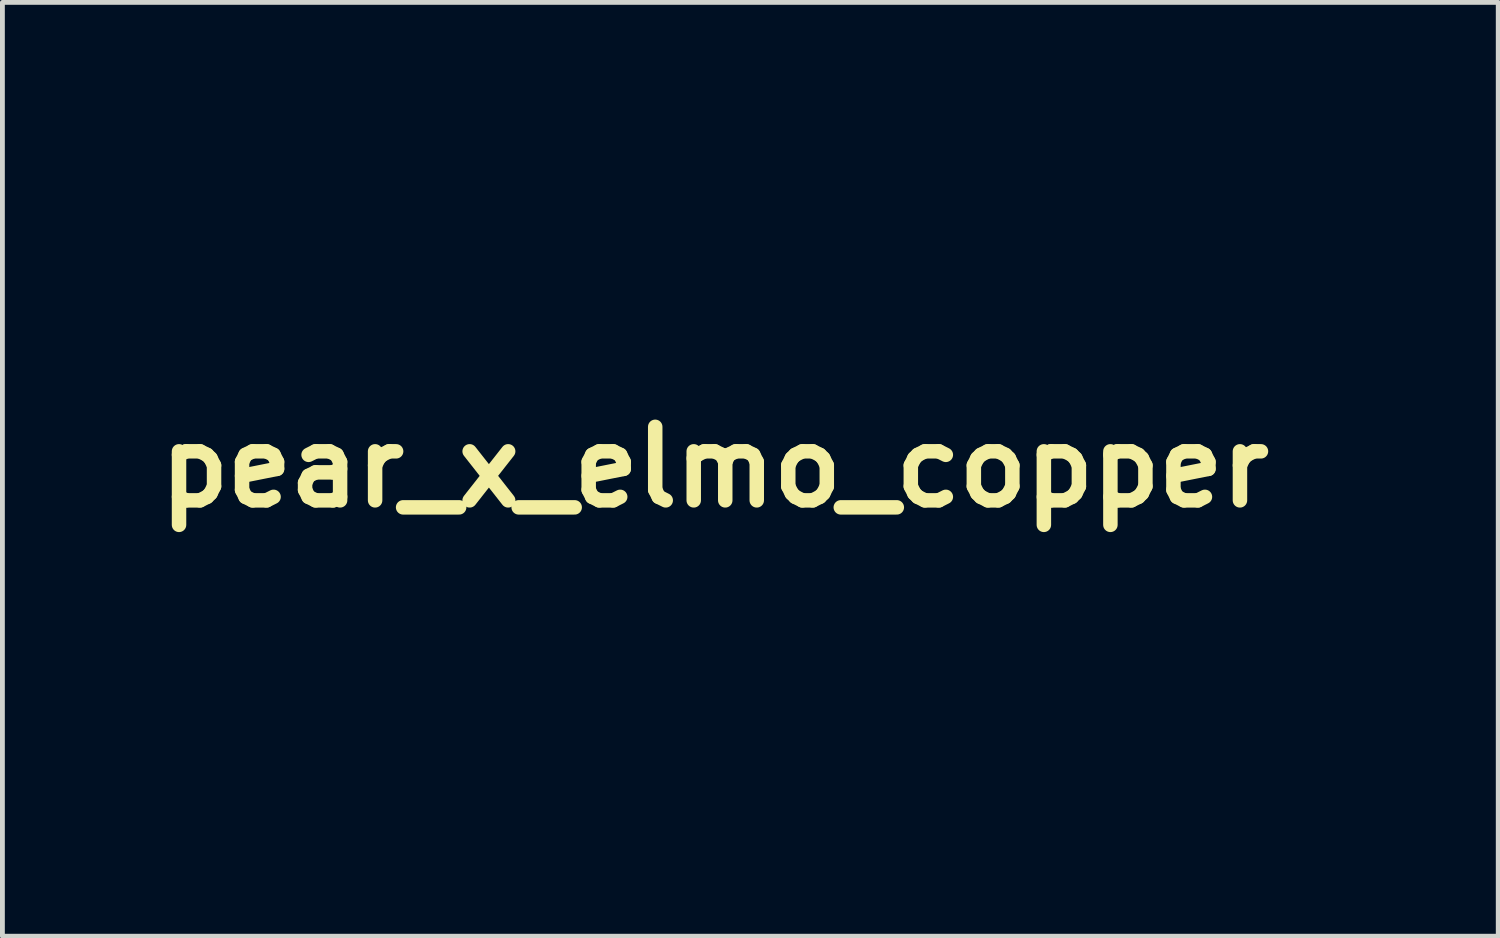
<source format=kicad_pcb>
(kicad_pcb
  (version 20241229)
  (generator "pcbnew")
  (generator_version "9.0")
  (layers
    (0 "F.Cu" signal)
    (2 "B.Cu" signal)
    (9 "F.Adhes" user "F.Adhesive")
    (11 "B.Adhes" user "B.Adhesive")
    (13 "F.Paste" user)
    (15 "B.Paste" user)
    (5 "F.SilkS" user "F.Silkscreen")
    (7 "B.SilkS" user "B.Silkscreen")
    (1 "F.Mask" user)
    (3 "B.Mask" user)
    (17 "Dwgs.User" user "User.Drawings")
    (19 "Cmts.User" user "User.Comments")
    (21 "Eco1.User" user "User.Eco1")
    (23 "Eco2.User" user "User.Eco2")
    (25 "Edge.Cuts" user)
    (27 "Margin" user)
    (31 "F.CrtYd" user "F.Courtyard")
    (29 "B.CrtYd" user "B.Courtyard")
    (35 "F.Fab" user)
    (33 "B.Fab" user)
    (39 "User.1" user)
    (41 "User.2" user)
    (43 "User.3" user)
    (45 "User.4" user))
  (footprint "pear_x_elmo_copper"
    (layer "F.Cu")
    (at 11.764 6.631)
    (property "Reference" "pear_x_elmo_copper" (at 0 0 0) (layer "F.SilkS") (effects (font (size 1.524 1.524) (thickness 0.3))))
    (attr through_hole)
    (fp_poly (pts (xy 5.75 -2.285) (xy 5.968 -2.157) (xy 6.103 -1.964) (xy 6.154 -1.737) (xy 6.121 -1.507) (xy 6.004 -1.305) (xy 5.803 -1.162) (xy 5.765 -1.148) (xy 5.613 -1.098) (xy 5.512 -1.09) (xy 5.397 -1.127) (xy 5.301 -1.168) (xy 5.111 -1.313) (xy 4.986 -1.531) (xy 4.953 -1.714) (xy 5.01 -1.963) (xy 5.16 -2.16) (xy 5.375 -2.283) (xy 5.624 -2.312) (xy 5.75 -2.285)) (stroke (width 0.01) (type solid)) (fill yes) (layer "F.Mask"))
    (fp_poly (pts (xy 7.868 -3.222) (xy 8.087 -3.047) (xy 8.095 -3.038) (xy 8.227 -2.8) (xy 8.239 -2.56) (xy 8.136 -2.338) (xy 7.922 -2.154) (xy 7.873 -2.127) (xy 7.728 -2.058) (xy 7.621 -2.042) (xy 7.492 -2.08) (xy 7.387 -2.125) (xy 7.177 -2.268) (xy 7.069 -2.479) (xy 7.048 -2.667) (xy 7.091 -2.929) (xy 7.23 -3.118) (xy 7.373 -3.21) (xy 7.625 -3.278) (xy 7.868 -3.222)) (stroke (width 0.01) (type solid)) (fill yes) (layer "F.Mask"))
    (fp_poly (pts (xy -4.668 -6.541) (xy -4.641 -6.354) (xy -4.636 -6.155) (xy -4.69 -5.66) (xy -4.842 -5.162) (xy -5.079 -4.683) (xy -5.385 -4.249) (xy -5.744 -3.881) (xy -6.141 -3.603) (xy -6.366 -3.499) (xy -6.492 -3.464) (xy -6.552 -3.508) (xy -6.58 -3.597) (xy -6.61 -3.892) (xy -6.58 -4.256) (xy -6.497 -4.646) (xy -6.367 -5.024) (xy -6.322 -5.125) (xy -6.117 -5.482) (xy -5.853 -5.836) (xy -5.556 -6.156) (xy -5.255 -6.412) (xy -5.033 -6.548) (xy -4.85 -6.623) (xy -4.733 -6.626) (xy -4.668 -6.541)) (stroke (width 0.01) (type solid)) (fill yes) (layer "F.Mask"))
    (fp_poly (pts (xy -7.056 -2.95) (xy -6.863 -2.92) (xy -6.631 -2.908) (xy -6.329 -2.913) (xy -5.99 -2.932) (xy -5.683 -2.91) (xy -5.433 -2.796) (xy -5.231 -2.584) (xy -5.074 -2.264) (xy -4.953 -1.831) (xy -4.921 -1.669) (xy -4.759 -0.95) (xy -4.544 -0.331) (xy -4.271 0.203) (xy -4.081 0.485) (xy -3.933 0.684) (xy -4.187 0.886) (xy -4.406 1.115) (xy -4.611 1.436) (xy -4.649 1.51) (xy -4.76 1.751) (xy -4.823 1.951) (xy -4.851 2.165) (xy -4.858 2.443) (xy -4.85 2.736) (xy -4.819 2.955) (xy -4.754 3.154) (xy -4.682 3.31) (xy -4.459 3.662) (xy -4.166 3.978) (xy -3.837 4.224) (xy -3.586 4.345) (xy -3.382 4.418) (xy -3.214 4.478) (xy -3.156 4.5) (xy -3.104 4.53) (xy -3.092 4.587) (xy -3.125 4.694) (xy -3.209 4.876) (xy -3.274 5.007) (xy -3.54 5.448) (xy -3.869 5.856) (xy -4.236 6.2) (xy -4.611 6.452) (xy -4.658 6.476) (xy -5.042 6.636) (xy -5.376 6.707) (xy -5.697 6.692) (xy -5.999 6.61) (xy -6.272 6.524) (xy -6.491 6.488) (xy -6.707 6.501) (xy -6.968 6.564) (xy -7.102 6.605) (xy -7.377 6.684) (xy -7.585 6.718) (xy -7.775 6.707) (xy -7.999 6.654) (xy -8.088 6.627) (xy -8.573 6.414) (xy -9.009 6.098) (xy -9.391 5.695) (xy -9.713 5.222) (xy -9.967 4.695) (xy -10.148 4.131) (xy -10.249 3.547) (xy -10.264 2.958) (xy -10.187 2.382) (xy -10.01 1.836) (xy -9.968 1.743) (xy -9.843 1.525) (xy -9.66 1.259) (xy -9.448 0.987) (xy -9.335 0.854) (xy -9.091 0.565) (xy -8.888 0.286) (xy -8.717 -0.004) (xy -8.568 -0.327) (xy -8.433 -0.703) (xy -8.303 -1.153) (xy -8.168 -1.698) (xy -8.101 -1.988) (xy -8.033 -2.238) (xy -7.949 -2.462) (xy -7.877 -2.6) (xy -7.664 -2.807) (xy -7.397 -2.933) (xy -7.117 -2.959) (xy -7.056 -2.95)) (stroke (width 0.01) (type solid)) (fill yes) (layer "F.Mask"))
    (fp_poly (pts (xy -0.66 -1.004) (xy -0.561 -0.954) (xy -0.458 -0.849) (xy -0.332 -0.67) (xy -0.164 -0.397) (xy -0.039 -0.203) (xy 0.071 -0.062) (xy 0.143 -0.001) (xy 0.147 -0.001) (xy 0.214 -0.052) (xy 0.319 -0.187) (xy 0.438 -0.377) (xy 0.444 -0.386) (xy 0.573 -0.6) (xy 0.696 -0.784) (xy 0.779 -0.893) (xy 0.95 -0.999) (xy 1.139 -1.007) (xy 1.311 -0.93) (xy 1.429 -0.784) (xy 1.46 -0.636) (xy 1.43 -0.525) (xy 1.349 -0.331) (xy 1.228 -0.082) (xy 1.08 0.194) (xy 1.079 0.196) (xy 0.933 0.467) (xy 0.812 0.704) (xy 0.73 0.882) (xy 0.699 0.976) (xy 0.699 0.977) (xy 0.728 1.068) (xy 0.809 1.245) (xy 0.928 1.481) (xy 1.074 1.751) (xy 1.079 1.76) (xy 1.227 2.037) (xy 1.348 2.285) (xy 1.43 2.477) (xy 1.46 2.587) (xy 1.46 2.588) (xy 1.405 2.762) (xy 1.268 2.908) (xy 1.093 2.982) (xy 1.059 2.985) (xy 0.932 2.954) (xy 0.801 2.852) (xy 0.655 2.666) (xy 0.481 2.379) (xy 0.42 2.27) (xy 0.301 2.067) (xy 0.2 1.915) (xy 0.136 1.844) (xy 0.129 1.841) (xy 0.077 1.894) (xy -0.018 2.034) (xy -0.14 2.238) (xy -0.217 2.374) (xy -0.353 2.61) (xy -0.478 2.801) (xy -0.575 2.92) (xy -0.608 2.946) (xy -0.823 2.98) (xy -1.007 2.895) (xy -1.068 2.838) (xy -1.167 2.701) (xy -1.206 2.584) (xy -1.177 2.491) (xy -1.095 2.312) (xy -0.974 2.071) (xy -0.824 1.793) (xy -0.794 1.739) (xy -0.641 1.465) (xy -0.514 1.233) (xy -0.424 1.064) (xy -0.383 0.979) (xy -0.381 0.974) (xy -0.41 0.911) (xy -0.49 0.759) (xy -0.608 0.538) (xy -0.755 0.27) (xy -0.794 0.2) (xy -0.947 -0.085) (xy -1.074 -0.336) (xy -1.164 -0.53) (xy -1.205 -0.643) (xy -1.206 -0.654) (xy -1.151 -0.806) (xy -1.012 -0.936) (xy -0.834 -1.01) (xy -0.772 -1.016) (xy -0.66 -1.004)) (stroke (width 0.01) (type solid)) (fill yes) (layer "F.Mask"))
    (fp_poly (pts (xy 11.803 -0.86) (xy 11.922 -0.776) (xy 12.047 -0.621) (xy 12.156 -0.435) (xy 12.222 -0.26) (xy 12.226 -0.142) (xy 12.187 -0.082) (xy 12.129 -0.103) (xy 12.029 -0.21) (xy 11.931 -0.305) (xy 11.878 -0.323) (xy 11.874 -0.311) (xy 11.831 -0.23) (xy 11.717 -0.098) (xy 11.582 0.034) (xy 11.29 0.303) (xy 11.142 1.191) (xy 11.064 1.65) (xy 10.996 2.007) (xy 10.933 2.286) (xy 10.868 2.512) (xy 10.795 2.708) (xy 10.706 2.898) (xy 10.653 3.001) (xy 10.347 3.447) (xy 9.953 3.809) (xy 9.486 4.077) (xy 8.957 4.244) (xy 8.509 4.298) (xy 8.185 4.302) (xy 7.935 4.279) (xy 7.711 4.223) (xy 7.624 4.193) (xy 7.442 4.112) (xy 7.183 3.981) (xy 6.879 3.815) (xy 6.56 3.632) (xy 6.481 3.584) (xy 6.153 3.39) (xy 5.913 3.257) (xy 5.741 3.178) (xy 5.621 3.144) (xy 5.534 3.146) (xy 5.524 3.149) (xy 5.372 3.175) (xy 5.152 3.195) (xy 5.001 3.201) (xy 4.772 3.215) (xy 4.657 3.252) (xy 4.635 3.291) (xy 4.586 3.351) (xy 4.524 3.353) (xy 4.432 3.28) (xy 4.349 3.124) (xy 4.292 2.931) (xy 4.276 2.745) (xy 4.285 2.68) (xy 4.354 2.573) (xy 4.451 2.556) (xy 4.526 2.624) (xy 4.54 2.7) (xy 4.598 2.839) (xy 4.75 2.94) (xy 4.965 2.982) (xy 4.972 2.982) (xy 5.204 2.938) (xy 5.476 2.814) (xy 5.708 2.658) (xy 5.864 2.559) (xy 5.947 2.557) (xy 5.954 2.653) (xy 5.951 2.667) (xy 5.954 2.771) (xy 6.033 2.785) (xy 6.176 2.712) (xy 6.275 2.635) (xy 6.437 2.519) (xy 6.548 2.48) (xy 6.591 2.519) (xy 6.578 2.581) (xy 6.561 2.649) (xy 6.614 2.628) (xy 6.65 2.601) (xy 6.773 2.493) (xy 6.902 2.357) (xy 7.008 2.253) (xy 7.096 2.237) (xy 7.205 2.285) (xy 7.363 2.327) (xy 7.547 2.288) (xy 7.774 2.161) (xy 8.053 1.946) (xy 8.254 1.804) (xy 8.463 1.695) (xy 8.561 1.662) (xy 8.918 1.576) (xy 9.176 1.509) (xy 9.36 1.452) (xy 9.497 1.398) (xy 9.612 1.338) (xy 9.65 1.315) (xy 9.781 1.225) (xy 9.808 1.176) (xy 9.759 1.154) (xy 9.657 1.104) (xy 9.656 1.031) (xy 9.738 0.958) (xy 9.886 0.91) (xy 9.938 0.904) (xy 10.243 0.879) (xy 10.438 0.845) (xy 10.54 0.798) (xy 10.566 0.732) (xy 10.563 0.71) (xy 10.583 0.613) (xy 10.708 0.517) (xy 10.769 0.486) (xy 10.915 0.403) (xy 10.953 0.338) (xy 10.931 0.301) (xy 10.873 0.224) (xy 10.884 0.155) (xy 10.982 0.074) (xy 11.175 -0.037) (xy 11.444 -0.214) (xy 11.605 -0.387) (xy 11.65 -0.549) (xy 11.627 -0.623) (xy 11.597 -0.766) (xy 11.663 -0.856) (xy 11.798 -0.861) (xy 11.803 -0.86)) (stroke (width 0.01) (type solid)) (fill yes) (layer "F.Mask"))
    (fp_poly (pts (xy 8.242 -4.269) (xy 8.619 -4.107) (xy 8.828 -3.958) (xy 8.97 -3.801) (xy 9.115 -3.584) (xy 9.238 -3.349) (xy 9.318 -3.139) (xy 9.334 -3.039) (xy 9.392 -2.975) (xy 9.548 -2.928) (xy 9.771 -2.901) (xy 10.034 -2.894) (xy 10.306 -2.91) (xy 10.56 -2.949) (xy 10.656 -2.974) (xy 10.886 -3.027) (xy 11.024 -3.011) (xy 11.092 -2.914) (xy 11.111 -2.723) (xy 11.112 -2.716) (xy 11.141 -2.579) (xy 11.251 -2.514) (xy 11.287 -2.505) (xy 11.61 -2.413) (xy 11.885 -2.29) (xy 12.092 -2.15) (xy 12.214 -2.006) (xy 12.231 -1.87) (xy 12.229 -1.864) (xy 12.253 -1.768) (xy 12.363 -1.656) (xy 12.525 -1.555) (xy 12.698 -1.493) (xy 12.865 -1.418) (xy 12.92 -1.288) (xy 12.864 -1.099) (xy 12.833 -1.044) (xy 12.76 -0.903) (xy 12.757 -0.83) (xy 12.8 -0.801) (xy 12.883 -0.731) (xy 12.999 -0.587) (xy 13.084 -0.462) (xy 13.191 -0.289) (xy 13.235 -0.187) (xy 13.221 -0.123) (xy 13.157 -0.061) (xy 13.153 -0.058) (xy 13.069 0.054) (xy 13.086 0.133) (xy 13.129 0.276) (xy 13.134 0.478) (xy 13.106 0.701) (xy 13.054 0.91) (xy 12.984 1.069) (xy 12.902 1.142) (xy 12.89 1.143) (xy 12.836 1.194) (xy 12.829 1.32) (xy 12.863 1.482) (xy 12.934 1.638) (xy 12.965 1.682) (xy 13.053 1.854) (xy 13.022 1.985) (xy 12.877 2.066) (xy 12.773 2.084) (xy 12.632 2.115) (xy 12.578 2.195) (xy 12.572 2.274) (xy 12.544 2.437) (xy 12.478 2.643) (xy 12.447 2.717) (xy 12.324 2.934) (xy 12.141 3.191) (xy 11.919 3.467) (xy 11.676 3.74) (xy 11.433 3.987) (xy 11.21 4.188) (xy 11.027 4.32) (xy 10.941 4.359) (xy 10.793 4.427) (xy 10.624 4.546) (xy 10.59 4.576) (xy 10.423 4.701) (xy 10.259 4.786) (xy 10.23 4.795) (xy 10.081 4.854) (xy 9.886 4.958) (xy 9.78 5.024) (xy 9.461 5.196) (xy 9.112 5.319) (xy 8.779 5.381) (xy 8.563 5.379) (xy 8.398 5.372) (xy 8.292 5.396) (xy 8.281 5.407) (xy 8.203 5.437) (xy 8.035 5.459) (xy 7.821 5.467) (xy 7.546 5.471) (xy 7.274 5.483) (xy 7.112 5.495) (xy 6.761 5.475) (xy 6.572 5.418) (xy 6.384 5.333) (xy 6.23 5.252) (xy 6.203 5.235) (xy 6.056 5.189) (xy 5.856 5.188) (xy 5.848 5.189) (xy 5.549 5.167) (xy 5.239 5.026) (xy 5.006 4.844) (xy 4.88 4.742) (xy 4.77 4.719) (xy 4.61 4.76) (xy 4.423 4.807) (xy 4.316 4.776) (xy 4.256 4.649) (xy 4.23 4.526) (xy 4.167 4.312) (xy 4.056 4.082) (xy 3.918 3.866) (xy 3.775 3.695) (xy 3.646 3.599) (xy 3.603 3.59) (xy 3.507 3.562) (xy 3.429 3.464) (xy 3.35 3.27) (xy 3.286 3.016) (xy 3.254 2.746) (xy 3.255 2.65) (xy 3.255 2.458) (xy 3.224 2.357) (xy 3.152 2.31) (xy 3.071 2.223) (xy 3.058 2.043) (xy 3.094 1.873) (xy 3.368 1.873) (xy 3.376 1.961) (xy 3.417 1.937) (xy 3.454 1.889) (xy 3.57 1.798) (xy 3.65 1.778) (xy 3.698 1.779) (xy 3.727 1.794) (xy 3.737 1.845) (xy 3.726 1.953) (xy 3.694 2.138) (xy 3.639 2.421) (xy 3.619 2.524) (xy 3.585 2.749) (xy 3.573 2.934) (xy 3.583 3.026) (xy 3.622 3.093) (xy 3.674 3.059) (xy 3.711 3.01) (xy 3.804 2.933) (xy 3.875 2.98) (xy 3.921 3.147) (xy 3.922 3.156) (xy 3.999 3.413) (xy 4.157 3.712) (xy 4.293 3.907) (xy 4.409 4.081) (xy 4.497 4.245) (xy 4.501 4.256) (xy 4.547 4.361) (xy 4.564 4.352) (xy 4.568 4.274) (xy 4.6 4.133) (xy 4.682 4.107) (xy 4.811 4.197) (xy 4.871 4.26) (xy 5.018 4.409) (xy 5.2 4.57) (xy 5.387 4.719) (xy 5.549 4.833) (xy 5.656 4.888) (xy 5.667 4.889) (xy 5.703 4.843) (xy 5.694 4.799) (xy 5.707 4.687) (xy 5.749 4.634) (xy 5.822 4.606) (xy 5.928 4.641) (xy 6.094 4.747) (xy 6.151 4.788) (xy 6.36 4.931) (xy 6.567 5.055) (xy 6.676 5.109) (xy 6.845 5.172) (xy 6.977 5.203) (xy 7.041 5.196) (xy 7.028 5.165) (xy 7.025 5.088) (xy 7.053 5.043) (xy 7.124 4.998) (xy 7.239 5.016) (xy 7.336 5.053) (xy 7.496 5.089) (xy 7.749 5.111) (xy 8.061 5.12) (xy 8.399 5.117) (xy 8.73 5.102) (xy 9.02 5.075) (xy 9.236 5.038) (xy 9.293 5.02) (xy 9.438 4.948) (xy 9.639 4.826) (xy 9.827 4.698) (xy 10.022 4.57) (xy 10.189 4.479) (xy 10.29 4.445) (xy 10.387 4.399) (xy 10.525 4.279) (xy 10.634 4.158) (xy 10.79 3.986) (xy 10.912 3.903) (xy 11.031 3.887) (xy 11.037 3.888) (xy 11.147 3.879) (xy 11.248 3.81) (xy 11.369 3.659) (xy 11.414 3.594) (xy 11.546 3.367) (xy 11.654 3.126) (xy 11.693 3.007) (xy 11.755 2.833) (xy 11.826 2.739) (xy 11.85 2.731) (xy 11.93 2.767) (xy 11.938 2.794) (xy 11.987 2.855) (xy 12.005 2.857) (xy 12.083 2.799) (xy 12.157 2.647) (xy 12.216 2.431) (xy 12.251 2.186) (xy 12.255 2.064) (xy 12.277 1.823) (xy 12.338 1.681) (xy 12.431 1.646) (xy 12.526 1.706) (xy 12.624 1.777) (xy 12.659 1.746) (xy 12.623 1.625) (xy 12.603 1.585) (xy 12.531 1.328) (xy 12.522 1.029) (xy 12.539 0.822) (xy 12.569 0.71) (xy 12.627 0.66) (xy 12.691 0.646) (xy 12.786 0.619) (xy 12.819 0.551) (xy 12.806 0.403) (xy 12.802 0.377) (xy 12.745 0.143) (xy 12.661 -0.083) (xy 12.656 -0.094) (xy 12.593 -0.273) (xy 12.61 -0.365) (xy 12.706 -0.362) (xy 12.782 -0.323) (xy 12.852 -0.288) (xy 12.838 -0.323) (xy 12.74 -0.432) (xy 12.575 -0.578) (xy 12.403 -0.689) (xy 12.375 -0.702) (xy 12.228 -0.797) (xy 12.206 -0.899) (xy 12.307 -0.994) (xy 12.383 -1.026) (xy 12.533 -1.097) (xy 12.558 -1.164) (xy 12.456 -1.233) (xy 12.393 -1.257) (xy 12.225 -1.343) (xy 12.049 -1.473) (xy 12.028 -1.492) (xy 11.856 -1.632) (xy 11.681 -1.747) (xy 11.664 -1.756) (xy 11.539 -1.853) (xy 11.521 -1.937) (xy 11.605 -1.984) (xy 11.69 -1.983) (xy 11.79 -1.975) (xy 11.786 -1.996) (xy 11.675 -2.061) (xy 11.673 -2.062) (xy 11.536 -2.112) (xy 11.311 -2.166) (xy 11.036 -2.215) (xy 10.893 -2.235) (xy 10.603 -2.276) (xy 10.421 -2.313) (xy 10.327 -2.352) (xy 10.3 -2.399) (xy 10.301 -2.41) (xy 10.373 -2.489) (xy 10.51 -2.529) (xy 10.686 -2.556) (xy 10.742 -2.582) (xy 10.685 -2.607) (xy 10.523 -2.628) (xy 10.263 -2.643) (xy 10.061 -2.649) (xy 9.747 -2.653) (xy 9.539 -2.649) (xy 9.415 -2.635) (xy 9.354 -2.608) (xy 9.335 -2.565) (xy 9.335 -2.55) (xy 9.298 -2.389) (xy 9.203 -2.174) (xy 9.074 -1.948) (xy 8.936 -1.752) (xy 8.824 -1.639) (xy 8.647 -1.508) (xy 8.828 -1.257) (xy 9.057 -0.843) (xy 9.194 -0.374) (xy 9.228 0.032) (xy 9.167 0.473) (xy 9.008 0.861) (xy 8.766 1.185) (xy 8.458 1.432) (xy 8.097 1.589) (xy 7.701 1.644) (xy 7.3 1.588) (xy 6.894 1.411) (xy 6.536 1.129) (xy 6.243 0.76) (xy 6.033 0.322) (xy 5.988 0.181) (xy 5.888 -0.177) (xy 5.532 -0.145) (xy 5.231 -0.143) (xy 4.948 -0.205) (xy 4.826 -0.25) (xy 4.771 -0.271) (xy 6.197 -0.271) (xy 6.264 0.123) (xy 6.418 0.496) (xy 6.647 0.828) (xy 6.94 1.096) (xy 7.287 1.278) (xy 7.493 1.332) (xy 7.783 1.345) (xy 8.08 1.3) (xy 8.287 1.223) (xy 8.581 0.995) (xy 8.793 0.687) (xy 8.917 0.323) (xy 8.95 -0.076) (xy 8.885 -0.488) (xy 8.761 -0.809) (xy 8.521 -1.178) (xy 8.228 -1.452) (xy 7.9 -1.629) (xy 7.555 -1.707) (xy 7.21 -1.686) (xy 6.882 -1.563) (xy 6.59 -1.337) (xy 6.362 -1.028) (xy 6.226 -0.662) (xy 6.197 -0.271) (xy 4.771 -0.271) (xy 4.477 -0.386) (xy 4.114 0.014) (xy 3.926 0.234) (xy 3.83 0.376) (xy 3.829 0.439) (xy 3.921 0.42) (xy 3.993 0.385) (xy 4.116 0.345) (xy 4.159 0.39) (xy 4.124 0.506) (xy 4.012 0.679) (xy 3.969 0.734) (xy 3.805 0.957) (xy 3.646 1.215) (xy 3.509 1.473) (xy 3.41 1.699) (xy 3.369 1.86) (xy 3.368 1.873) (xy 3.094 1.873) (xy 3.112 1.785) (xy 3.23 1.461) (xy 3.319 1.265) (xy 3.545 0.798) (xy 3.392 0.656) (xy 3.285 0.511) (xy 3.302 0.383) (xy 3.444 0.263) (xy 3.47 0.249) (xy 3.591 0.159) (xy 3.757 0.003) (xy 3.934 -0.187) (xy 3.945 -0.2) (xy 4.26 -0.563) (xy 4.055 -0.927) (xy 3.89 -1.335) (xy 3.85 -1.695) (xy 4.114 -1.695) (xy 4.14 -1.375) (xy 4.221 -1.122) (xy 4.377 -0.882) (xy 4.42 -0.829) (xy 4.713 -0.575) (xy 5.067 -0.427) (xy 5.466 -0.39) (xy 5.701 -0.42) (xy 5.827 -0.462) (xy 5.903 -0.551) (xy 5.961 -0.724) (xy 5.966 -0.747) (xy 6.08 -1.097) (xy 6.236 -1.372) (xy 6.416 -1.581) (xy 6.613 -1.778) (xy 6.445 -2.143) (xy 6.348 -2.351) (xy 6.267 -2.521) (xy 6.227 -2.603) (xy 6.087 -2.753) (xy 6.034 -2.78) (xy 6.542 -2.78) (xy 6.57 -2.518) (xy 6.643 -2.278) (xy 6.747 -2.086) (xy 6.868 -1.973) (xy 6.957 -1.956) (xy 7.389 -1.984) (xy 7.791 -1.939) (xy 8.112 -1.83) (xy 8.329 -1.737) (xy 8.487 -1.727) (xy 8.627 -1.803) (xy 8.74 -1.915) (xy 8.946 -2.199) (xy 9.052 -2.502) (xy 9.07 -2.866) (xy 9.069 -2.897) (xy 9.041 -3.152) (xy 8.984 -3.334) (xy 8.879 -3.499) (xy 8.852 -3.534) (xy 8.615 -3.79) (xy 8.388 -3.949) (xy 8.136 -4.031) (xy 8.009 -4.049) (xy 7.635 -4.057) (xy 7.335 -3.991) (xy 7.073 -3.843) (xy 6.972 -3.759) (xy 6.729 -3.49) (xy 6.592 -3.202) (xy 6.542 -2.853) (xy 6.542 -2.78) (xy 6.034 -2.78) (xy 5.858 -2.87) (xy 5.576 -2.938) (xy 5.397 -2.951) (xy 5.012 -2.894) (xy 4.674 -2.734) (xy 4.4 -2.489) (xy 4.209 -2.177) (xy 4.119 -1.816) (xy 4.114 -1.695) (xy 3.85 -1.695) (xy 3.844 -1.747) (xy 3.911 -2.145) (xy 4.087 -2.508) (xy 4.366 -2.819) (xy 4.571 -2.966) (xy 4.95 -3.144) (xy 5.331 -3.211) (xy 5.735 -3.169) (xy 6.182 -3.016) (xy 6.193 -3.012) (xy 6.247 -3.049) (xy 6.312 -3.176) (xy 6.342 -3.265) (xy 6.512 -3.639) (xy 6.769 -3.938) (xy 7.091 -4.156) (xy 7.457 -4.288) (xy 7.848 -4.327) (xy 8.242 -4.269)) (stroke (width 0.01) (type solid)) (fill yes) (layer "F.Mask")))
  (gr_rect
    (start -3 -3)
    (end 28.003 16.354)
    (stroke (width 0.1) (type default))
    (fill no)
    (layer "Edge.Cuts")))
</source>
